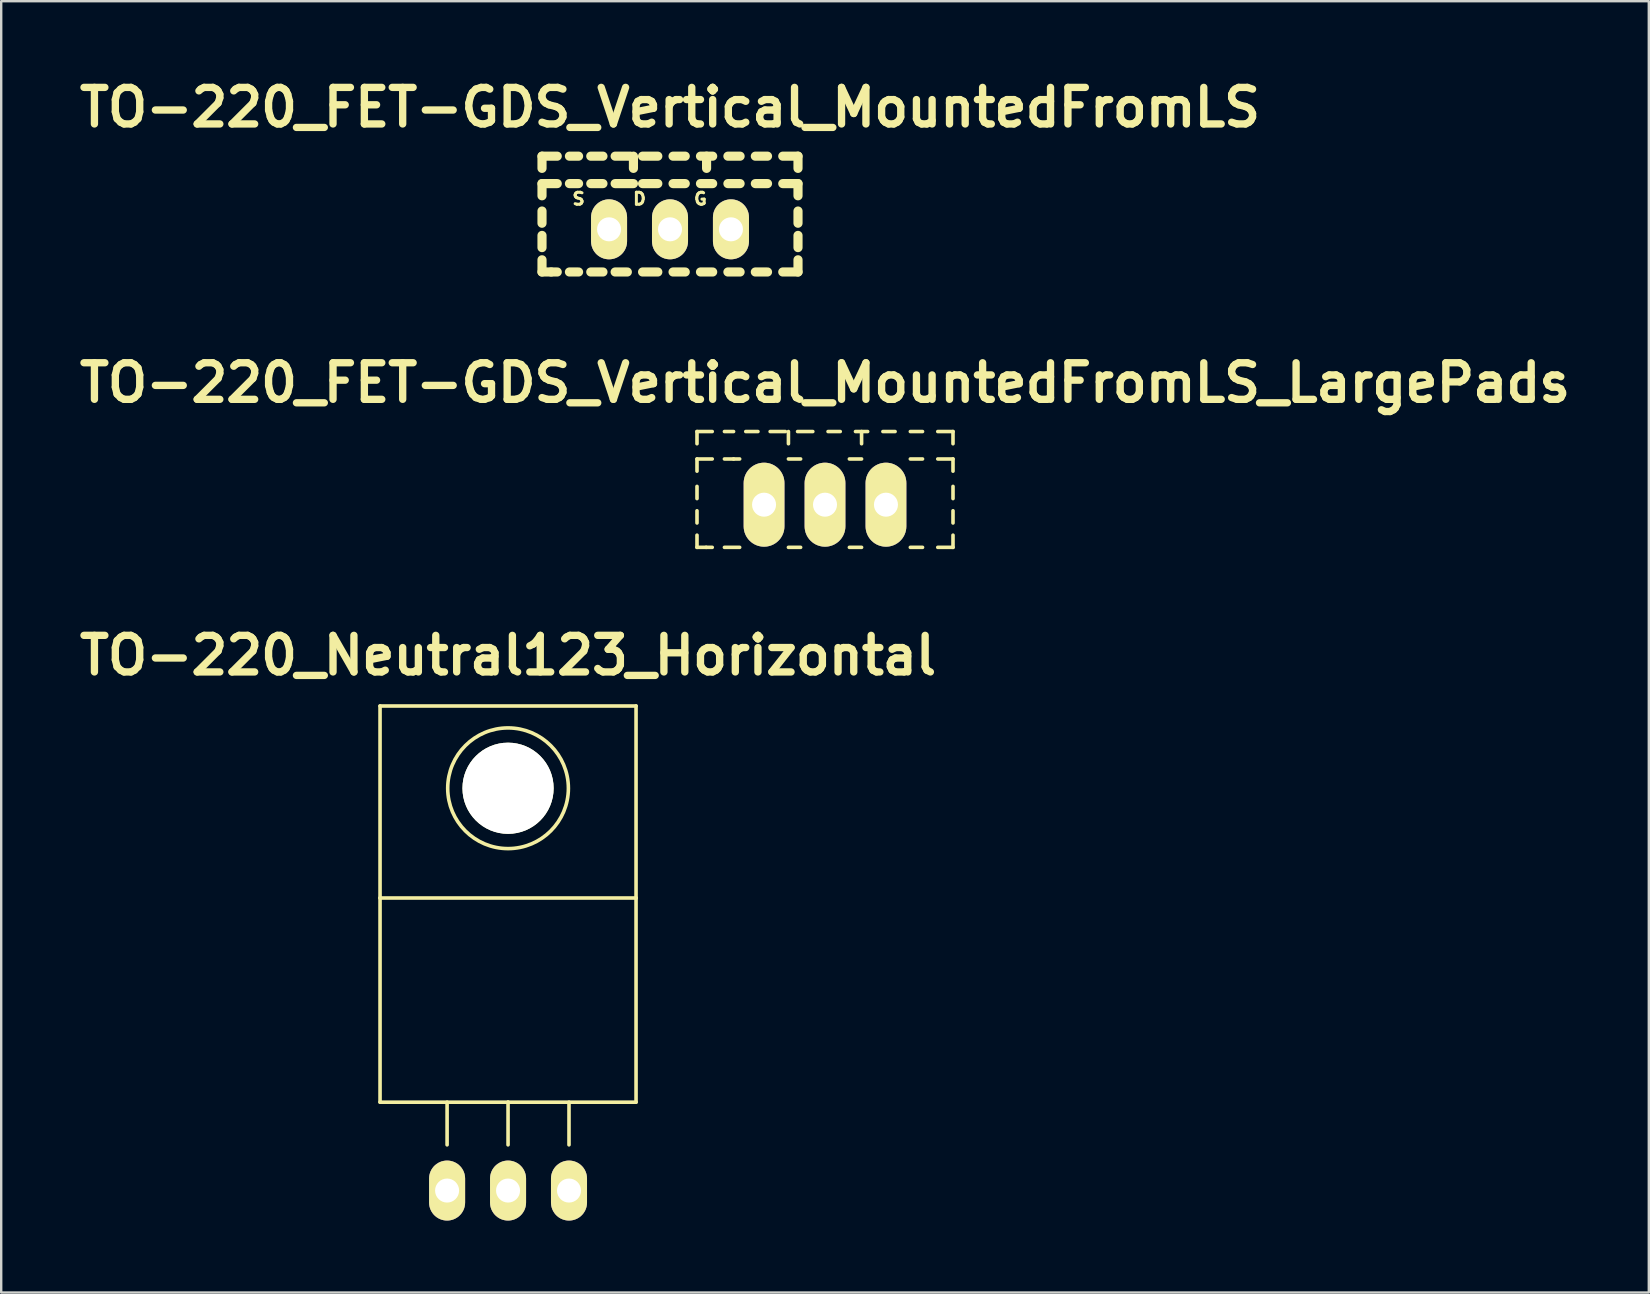
<source format=kicad_pcb>
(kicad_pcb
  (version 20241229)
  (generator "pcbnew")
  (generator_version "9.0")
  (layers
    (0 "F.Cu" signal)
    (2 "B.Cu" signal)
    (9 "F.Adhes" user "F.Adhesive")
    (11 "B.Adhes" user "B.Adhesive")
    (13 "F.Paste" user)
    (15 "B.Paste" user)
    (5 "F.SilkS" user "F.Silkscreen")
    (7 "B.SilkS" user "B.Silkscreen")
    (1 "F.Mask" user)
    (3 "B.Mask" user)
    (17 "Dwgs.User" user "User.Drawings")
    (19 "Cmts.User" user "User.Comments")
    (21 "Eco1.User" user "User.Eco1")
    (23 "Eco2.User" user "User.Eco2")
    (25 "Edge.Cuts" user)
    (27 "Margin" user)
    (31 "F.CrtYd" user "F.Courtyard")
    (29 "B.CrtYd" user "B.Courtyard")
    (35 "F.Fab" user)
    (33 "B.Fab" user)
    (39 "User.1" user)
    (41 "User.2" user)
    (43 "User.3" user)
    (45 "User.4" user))
  (footprint "TO-220_Neutral123_Horizontal"
    (layer "F.Cu")
    (at 18.121 46.562)
    (property "Reference" "TO-220_Neutral123_Horizontal" (at 0 -22.301 0) (layer "F.SilkS") (effects (font (size 1.524 1.524) (thickness 0.305))))
    (attr through_hole)
    (fp_line (start -5.334 -20.193) (end -5.334 -12.192) (stroke (width 0.15) (type solid)) (layer "F.SilkS"))
    (fp_line (start -5.334 -12.192) (end -5.334 -3.683) (stroke (width 0.15) (type solid)) (layer "F.SilkS"))
    (fp_line (start -2.54 -3.683) (end -2.54 -1.905) (stroke (width 0.15) (type solid)) (layer "F.SilkS"))
    (fp_line (start 0 -3.683) (end -5.334 -3.683) (stroke (width 0.15) (type solid)) (layer "F.SilkS"))
    (fp_line (start 0 -3.683) (end 0 -1.905) (stroke (width 0.15) (type solid)) (layer "F.SilkS"))
    (fp_line (start 0 -3.683) (end 5.334 -3.683) (stroke (width 0.15) (type solid)) (layer "F.SilkS"))
    (fp_line (start 2.54 -3.683) (end 2.54 -1.905) (stroke (width 0.15) (type solid)) (layer "F.SilkS"))
    (fp_line (start 5.334 -20.193) (end -5.334 -20.193) (stroke (width 0.15) (type solid)) (layer "F.SilkS"))
    (fp_line (start 5.334 -12.192) (end -5.334 -12.192) (stroke (width 0.15) (type solid)) (layer "F.SilkS"))
    (fp_line (start 5.334 -12.192) (end 5.334 -20.193) (stroke (width 0.15) (type solid)) (layer "F.SilkS"))
    (fp_line (start 5.334 -3.683) (end 5.334 -12.192) (stroke (width 0.15) (type solid)) (layer "F.SilkS"))
    (fp_circle (center 0 -16.764) (end 1.778 -14.986) (stroke (width 0.15) (type solid)) (fill no) (layer "F.SilkS"))
    (pad "" np_thru_hole circle (at 0 -16.764 90) (size 3.8 3.8) (drill 3.8) (layers "*.Cu" "*.Mask" "F.SilkS"))
    (pad "1" thru_hole oval (at -2.54 0 90) (size 2.499 1.501) (drill 1.001) (layers "*.Cu" "*.Mask" "F.SilkS"))
    (pad "2" thru_hole oval (at 0 0 90) (size 2.499 1.501) (drill 1.001) (layers "*.Cu" "*.Mask" "F.SilkS"))
    (pad "3" thru_hole oval (at 2.54 0 90) (size 2.499 1.501) (drill 1.001) (layers "*.Cu" "*.Mask" "F.SilkS")))
  (footprint "TO-220_FET-GDS_Vertical_MountedFromLS_LargePads"
    (layer "F.Cu")
    (at 31.329 17.981)
    (property "Reference" "TO-220_FET-GDS_Vertical_MountedFromLS_LargePads" (at 0 -5.08 0) (layer "F.SilkS") (effects (font (size 1.524 1.524) (thickness 0.305))))
    (attr through_hole)
    (fp_line (start -5.334 -3.048) (end -4.699 -3.048) (stroke (width 0.15) (type solid)) (layer "F.SilkS"))
    (fp_line (start -5.334 -2.54) (end -5.334 -3.048) (stroke (width 0.15) (type solid)) (layer "F.SilkS"))
    (fp_line (start -5.334 -1.397) (end -5.334 -1.905) (stroke (width 0.15) (type solid)) (layer "F.SilkS"))
    (fp_line (start -5.334 -0.254) (end -5.334 -0.762) (stroke (width 0.15) (type solid)) (layer "F.SilkS"))
    (fp_line (start -5.334 0.762) (end -5.334 0.254) (stroke (width 0.15) (type solid)) (layer "F.SilkS"))
    (fp_line (start -5.334 1.778) (end -5.334 1.27) (stroke (width 0.15) (type solid)) (layer "F.SilkS"))
    (fp_line (start -5.334 1.778) (end -4.953 1.778) (stroke (width 0.15) (type solid)) (layer "F.SilkS"))
    (fp_line (start -4.953 1.778) (end -4.699 1.778) (stroke (width 0.15) (type solid)) (layer "F.SilkS"))
    (fp_line (start -4.699 -1.905) (end -5.334 -1.905) (stroke (width 0.15) (type solid)) (layer "F.SilkS"))
    (fp_line (start -4.191 -3.048) (end -3.81 -3.048) (stroke (width 0.15) (type solid)) (layer "F.SilkS"))
    (fp_line (start -3.81 -1.905) (end -4.191 -1.905) (stroke (width 0.15) (type solid)) (layer "F.SilkS"))
    (fp_line (start -3.81 -1.905) (end -3.556 -1.905) (stroke (width 0.15) (type solid)) (layer "F.SilkS"))
    (fp_line (start -3.556 1.778) (end -4.191 1.778) (stroke (width 0.15) (type solid)) (layer "F.SilkS"))
    (fp_line (start -3.302 -3.048) (end -2.794 -3.048) (stroke (width 0.15) (type solid)) (layer "F.SilkS"))
    (fp_line (start -2.286 -3.048) (end -1.651 -3.048) (stroke (width 0.15) (type solid)) (layer "F.SilkS"))
    (fp_line (start -1.524 -3.048) (end -1.524 -2.54) (stroke (width 0.15) (type solid)) (layer "F.SilkS"))
    (fp_line (start -1.524 -1.905) (end -1.016 -1.905) (stroke (width 0.15) (type solid)) (layer "F.SilkS"))
    (fp_line (start -1.143 -3.048) (end -0.508 -3.048) (stroke (width 0.15) (type solid)) (layer "F.SilkS"))
    (fp_line (start -1.016 1.778) (end -1.524 1.778) (stroke (width 0.15) (type solid)) (layer "F.SilkS"))
    (fp_line (start 0.127 -3.048) (end 0.635 -3.048) (stroke (width 0.15) (type solid)) (layer "F.SilkS"))
    (fp_line (start 1.016 -1.905) (end 1.524 -1.905) (stroke (width 0.15) (type solid)) (layer "F.SilkS"))
    (fp_line (start 1.27 -3.048) (end 1.778 -3.048) (stroke (width 0.15) (type solid)) (layer "F.SilkS"))
    (fp_line (start 1.524 -3.048) (end 1.524 -2.54) (stroke (width 0.15) (type solid)) (layer "F.SilkS"))
    (fp_line (start 1.524 1.778) (end 1.016 1.778) (stroke (width 0.15) (type solid)) (layer "F.SilkS"))
    (fp_line (start 2.413 -3.048) (end 2.921 -3.048) (stroke (width 0.15) (type solid)) (layer "F.SilkS"))
    (fp_line (start 3.556 -3.048) (end 4.064 -3.048) (stroke (width 0.15) (type solid)) (layer "F.SilkS"))
    (fp_line (start 3.556 -1.905) (end 4.064 -1.905) (stroke (width 0.15) (type solid)) (layer "F.SilkS"))
    (fp_line (start 3.556 1.778) (end 4.064 1.778) (stroke (width 0.15) (type solid)) (layer "F.SilkS"))
    (fp_line (start 4.699 -3.048) (end 5.334 -3.048) (stroke (width 0.15) (type solid)) (layer "F.SilkS"))
    (fp_line (start 4.699 -1.905) (end 5.334 -1.905) (stroke (width 0.15) (type solid)) (layer "F.SilkS"))
    (fp_line (start 4.699 1.778) (end 5.334 1.778) (stroke (width 0.15) (type solid)) (layer "F.SilkS"))
    (fp_line (start 5.334 -3.048) (end 5.334 -2.54) (stroke (width 0.15) (type solid)) (layer "F.SilkS"))
    (fp_line (start 5.334 -1.905) (end 5.334 -1.397) (stroke (width 0.15) (type solid)) (layer "F.SilkS"))
    (fp_line (start 5.334 -0.762) (end 5.334 -0.254) (stroke (width 0.15) (type solid)) (layer "F.SilkS"))
    (fp_line (start 5.334 0.254) (end 5.334 0.762) (stroke (width 0.15) (type solid)) (layer "F.SilkS"))
    (fp_line (start 5.334 1.27) (end 5.334 1.778) (stroke (width 0.15) (type solid)) (layer "F.SilkS"))
    (pad "D" thru_hole oval (at 0 0 90) (size 3.5 1.699) (drill 1.001) (layers "*.Cu" "*.Mask" "F.SilkS"))
    (pad "G" thru_hole oval (at 2.54 0 90) (size 3.5 1.699) (drill 1.001) (layers "*.Cu" "*.Mask" "F.SilkS"))
    (pad "S" thru_hole oval (at -2.54 0 90) (size 3.5 1.699) (drill 1.001) (layers "*.Cu" "*.Mask" "F.SilkS")))
  (footprint "TO-220_FET-GDS_Vertical_MountedFromLS"
    (layer "F.Cu")
    (at 24.87 6.506)
    (property "Reference" "TO-220_FET-GDS_Vertical_MountedFromLS" (at 0 -5.08 0) (layer "F.SilkS") (effects (font (size 1.524 1.524) (thickness 0.305))))
    (attr through_hole)
    (fp_line (start -5.334 -3.048) (end -4.699 -3.048) (stroke (width 0.381) (type solid)) (layer "F.SilkS"))
    (fp_line (start -5.334 -2.54) (end -5.334 -3.048) (stroke (width 0.381) (type solid)) (layer "F.SilkS"))
    (fp_line (start -5.334 -1.397) (end -5.334 -1.905) (stroke (width 0.381) (type solid)) (layer "F.SilkS"))
    (fp_line (start -5.334 -0.254) (end -5.334 -0.762) (stroke (width 0.381) (type solid)) (layer "F.SilkS"))
    (fp_line (start -5.334 0.762) (end -5.334 0.254) (stroke (width 0.381) (type solid)) (layer "F.SilkS"))
    (fp_line (start -5.334 1.778) (end -5.334 1.27) (stroke (width 0.381) (type solid)) (layer "F.SilkS"))
    (fp_line (start -5.334 1.778) (end -4.953 1.778) (stroke (width 0.381) (type solid)) (layer "F.SilkS"))
    (fp_line (start -4.953 1.778) (end -4.699 1.778) (stroke (width 0.381) (type solid)) (layer "F.SilkS"))
    (fp_line (start -4.699 -1.905) (end -5.334 -1.905) (stroke (width 0.381) (type solid)) (layer "F.SilkS"))
    (fp_line (start -4.191 -3.048) (end -3.81 -3.048) (stroke (width 0.381) (type solid)) (layer "F.SilkS"))
    (fp_line (start -4.191 1.778) (end -3.81 1.778) (stroke (width 0.381) (type solid)) (layer "F.SilkS"))
    (fp_line (start -3.81 -1.905) (end -4.191 -1.905) (stroke (width 0.381) (type solid)) (layer "F.SilkS"))
    (fp_line (start -3.302 -3.048) (end -2.794 -3.048) (stroke (width 0.381) (type solid)) (layer "F.SilkS"))
    (fp_line (start -3.302 1.778) (end -2.794 1.778) (stroke (width 0.381) (type solid)) (layer "F.SilkS"))
    (fp_line (start -2.794 -1.905) (end -3.302 -1.905) (stroke (width 0.381) (type solid)) (layer "F.SilkS"))
    (fp_line (start -2.286 -3.048) (end -1.651 -3.048) (stroke (width 0.381) (type solid)) (layer "F.SilkS"))
    (fp_line (start -2.286 1.778) (end -1.778 1.778) (stroke (width 0.381) (type solid)) (layer "F.SilkS"))
    (fp_line (start -1.524 -3.048) (end -1.524 -2.54) (stroke (width 0.381) (type solid)) (layer "F.SilkS"))
    (fp_line (start -1.524 -1.905) (end -2.286 -1.905) (stroke (width 0.381) (type solid)) (layer "F.SilkS"))
    (fp_line (start -1.143 -3.048) (end -0.508 -3.048) (stroke (width 0.381) (type solid)) (layer "F.SilkS"))
    (fp_line (start -1.143 -1.905) (end -0.508 -1.905) (stroke (width 0.381) (type solid)) (layer "F.SilkS"))
    (fp_line (start -1.143 1.778) (end -0.508 1.778) (stroke (width 0.381) (type solid)) (layer "F.SilkS"))
    (fp_line (start 0.127 -3.048) (end 0.635 -3.048) (stroke (width 0.381) (type solid)) (layer "F.SilkS"))
    (fp_line (start 0.127 -1.905) (end 0.635 -1.905) (stroke (width 0.381) (type solid)) (layer "F.SilkS"))
    (fp_line (start 0.127 1.778) (end 0.635 1.778) (stroke (width 0.381) (type solid)) (layer "F.SilkS"))
    (fp_line (start 1.27 -3.048) (end 1.778 -3.048) (stroke (width 0.381) (type solid)) (layer "F.SilkS"))
    (fp_line (start 1.27 -1.905) (end 1.778 -1.905) (stroke (width 0.381) (type solid)) (layer "F.SilkS"))
    (fp_line (start 1.27 1.778) (end 1.778 1.778) (stroke (width 0.381) (type solid)) (layer "F.SilkS"))
    (fp_line (start 1.524 -3.048) (end 1.524 -2.54) (stroke (width 0.381) (type solid)) (layer "F.SilkS"))
    (fp_line (start 2.413 -3.048) (end 2.921 -3.048) (stroke (width 0.381) (type solid)) (layer "F.SilkS"))
    (fp_line (start 2.413 -1.905) (end 2.921 -1.905) (stroke (width 0.381) (type solid)) (layer "F.SilkS"))
    (fp_line (start 2.413 1.778) (end 2.921 1.778) (stroke (width 0.381) (type solid)) (layer "F.SilkS"))
    (fp_line (start 3.556 -3.048) (end 4.064 -3.048) (stroke (width 0.381) (type solid)) (layer "F.SilkS"))
    (fp_line (start 3.556 -1.905) (end 4.064 -1.905) (stroke (width 0.381) (type solid)) (layer "F.SilkS"))
    (fp_line (start 3.556 1.778) (end 4.064 1.778) (stroke (width 0.381) (type solid)) (layer "F.SilkS"))
    (fp_line (start 4.699 -3.048) (end 5.334 -3.048) (stroke (width 0.381) (type solid)) (layer "F.SilkS"))
    (fp_line (start 4.699 -1.905) (end 5.334 -1.905) (stroke (width 0.381) (type solid)) (layer "F.SilkS"))
    (fp_line (start 4.699 1.778) (end 5.334 1.778) (stroke (width 0.381) (type solid)) (layer "F.SilkS"))
    (fp_line (start 5.334 -3.048) (end 5.334 -2.54) (stroke (width 0.381) (type solid)) (layer "F.SilkS"))
    (fp_line (start 5.334 -1.905) (end 5.334 -1.397) (stroke (width 0.381) (type solid)) (layer "F.SilkS"))
    (fp_line (start 5.334 -0.762) (end 5.334 -0.254) (stroke (width 0.381) (type solid)) (layer "F.SilkS"))
    (fp_line (start 5.334 0.254) (end 5.334 0.762) (stroke (width 0.381) (type solid)) (layer "F.SilkS"))
    (fp_line (start 5.334 1.27) (end 5.334 1.778) (stroke (width 0.381) (type solid)) (layer "F.SilkS"))
    (fp_text user "G" (at 1.27 -1.27 0) (layer "F.SilkS") (effects (font (size 0.5 0.5) (thickness 0.124))))
    (fp_text user "D" (at -1.27 -1.27 0) (layer "F.SilkS") (effects (font (size 0.5 0.5) (thickness 0.124))))
    (fp_text user "S" (at -3.81 -1.27 0) (layer "F.SilkS") (effects (font (size 0.5 0.5) (thickness 0.124))))
    (pad "D" thru_hole oval (at 0 0 90) (size 2.499 1.501) (drill 1.001) (layers "*.Cu" "*.Mask" "F.SilkS"))
    (pad "G" thru_hole oval (at 2.54 0 90) (size 2.499 1.501) (drill 1.001) (layers "*.Cu" "*.Mask" "F.SilkS"))
    (pad "S" thru_hole oval (at -2.54 0 90) (size 2.499 1.501) (drill 1.001) (layers "*.Cu" "*.Mask" "F.SilkS")))
  (gr_rect
    (start -3 -3)
    (end 65.658 50.812)
    (stroke (width 0.1) (type default))
    (fill no)
    (layer "Edge.Cuts")))
</source>
